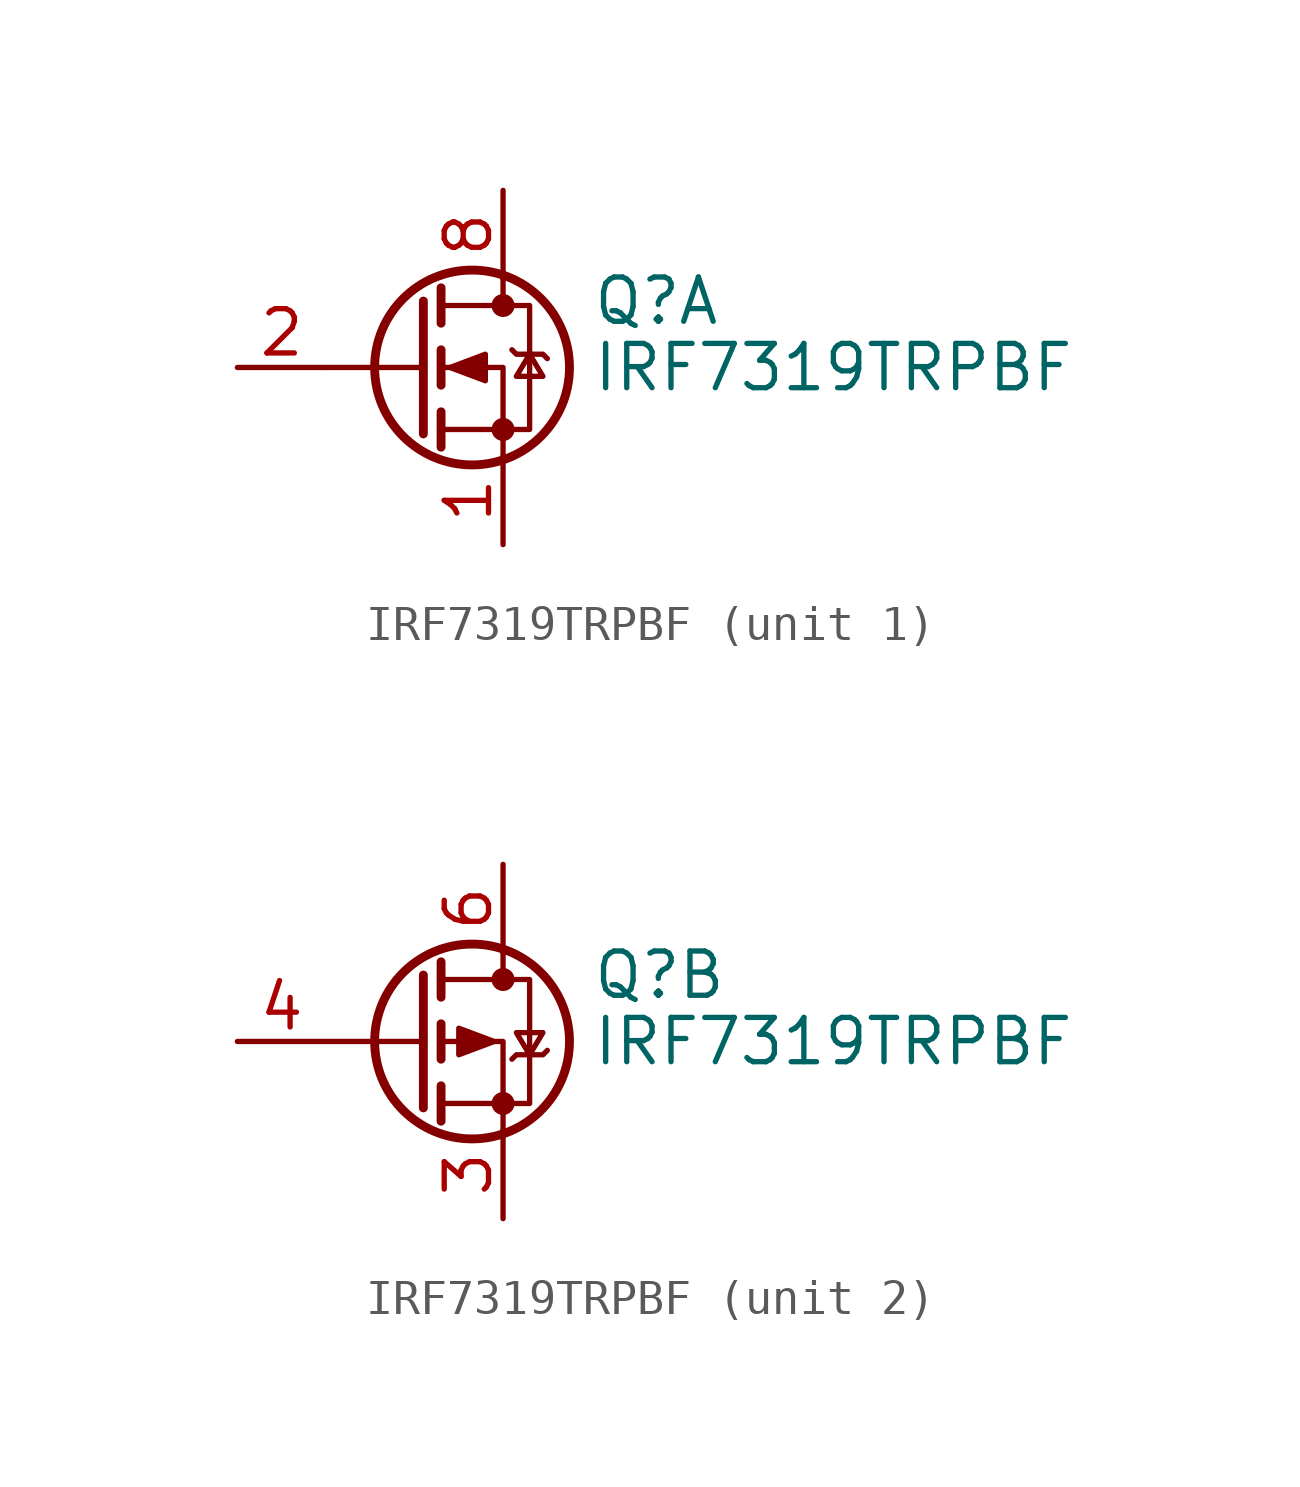
<source format=kicad_sym>
(kicad_symbol_lib
  (version 20211014)
  (generator kicad_symbol_editor)
  (symbol "IRF7319TRPBF"
    (pin_names hide)
    (property "Reference" "Q"
      (at 5.08 1.905 0)
      (effects (font (size 1.27 1.27)) (justify left)))
    (property "Value" "IRF7319TRPBF"
      (at 5.08 0 0)
      (effects (font (size 1.27 1.27)) (justify left)))
    (symbol "IRF7319TRPBF_0_1"
      (polyline (pts (xy 0.254 0) (xy -2.54 0)) (stroke (width 0) (type default) (color 0 0 0 0)) (fill (type none)))
      (polyline (pts (xy 0.254 1.905) (xy 0.254 -1.905)) (stroke (width 0.254) (type default) (color 0 0 0 0)) (fill (type none)))
      (polyline (pts (xy 0.762 -1.27) (xy 0.762 -2.286)) (stroke (width 0.254) (type default) (color 0 0 0 0)) (fill (type none)))
      (polyline (pts (xy 0.762 0.508) (xy 0.762 -0.508)) (stroke (width 0.254) (type default) (color 0 0 0 0)) (fill (type none)))
      (polyline (pts (xy 0.762 2.286) (xy 0.762 1.27)) (stroke (width 0.254) (type default) (color 0 0 0 0)) (fill (type none)))
      (polyline (pts (xy 2.54 2.54) (xy 2.54 1.778)) (stroke (width 0) (type default) (color 0 0 0 0)) (fill (type none)))
      (polyline (pts (xy 2.54 -2.54) (xy 2.54 0) (xy 0.762 0)) (stroke (width 0) (type default) (color 0 0 0 0)) (fill (type none)))
      (polyline (pts (xy 0.762 -1.778) (xy 3.302 -1.778) (xy 3.302 1.778) (xy 0.762 1.778)) (stroke (width 0) (type default) (color 0 0 0 0)) (fill (type none)))
      (circle (center 1.651 0) (radius 2.794) (stroke (width 0.254) (type default) (color 0 0 0 0)) (fill (type none)))
      (circle (center 2.54 -1.778) (radius 0.254) (stroke (width 0) (type default) (color 0 0 0 0)) (fill (type outline)))
      (circle (center 2.54 1.778) (radius 0.254) (stroke (width 0) (type default) (color 0 0 0 0)) (fill (type outline))))
    (symbol "IRF7319TRPBF_1_1"
      (polyline (pts (xy 1.016 0) (xy 2.032 0.381) (xy 2.032 -0.381) (xy 1.016 0)) (stroke (width 0) (type default) (color 0 0 0 0)) (fill (type outline)))
      (polyline (pts (xy 2.794 0.508) (xy 2.921 0.381) (xy 3.683 0.381) (xy 3.81 0.254)) (stroke (width 0) (type default) (color 0 0 0 0)) (fill (type none)))
      (polyline (pts (xy 3.302 0.381) (xy 2.921 -0.254) (xy 3.683 -0.254) (xy 3.302 0.381)) (stroke (width 0) (type default) (color 0 0 0 0)) (fill (type none)))
      (pin passive line (at 2.54 -5.08 90) (length 2.54) (name "S" (effects (font (size 1.27 1.27)))) (number "1" (effects (font (size 1.27 1.27)))))
      (pin input line (at -5.08 0 0) (length 2.54) (name "G" (effects (font (size 1.27 1.27)))) (number "2" (effects (font (size 1.27 1.27)))))
      (pin passive line (at 2.54 5.08 270) (length 2.54) hide (name "D" (effects (font (size 1.27 1.27)))) (number "7" (effects (font (size 1.27 1.27)))))
      (pin passive line (at 2.54 5.08 270) (length 2.54) (name "D" (effects (font (size 1.27 1.27)))) (number "8" (effects (font (size 1.27 1.27))))))
    (symbol "IRF7319TRPBF_2_1"
      (polyline (pts (xy 2.286 0) (xy 1.27 0.381) (xy 1.27 -0.381) (xy 2.286 0)) (stroke (width 0) (type default) (color 0 0 0 0)) (fill (type outline)))
      (polyline (pts (xy 2.794 -0.508) (xy 2.921 -0.381) (xy 3.683 -0.381) (xy 3.81 -0.254)) (stroke (width 0) (type default) (color 0 0 0 0)) (fill (type none)))
      (polyline (pts (xy 3.302 -0.381) (xy 2.921 0.254) (xy 3.683 0.254) (xy 3.302 -0.381)) (stroke (width 0) (type default) (color 0 0 0 0)) (fill (type none)))
      (pin passive line (at 2.54 -5.08 90) (length 2.54) (name "1" (effects (font (size 1.27 1.27)))) (number "3" (effects (font (size 1.27 1.27)))))
      (pin input line (at -5.08 0 0) (length 2.54) (name "G" (effects (font (size 1.27 1.27)))) (number "4" (effects (font (size 1.27 1.27)))))
      (pin passive line (at 2.54 5.08 270) (length 2.54) hide (name "D" (effects (font (size 1.27 1.27)))) (number "5" (effects (font (size 1.27 1.27)))))
      (pin passive line (at 2.54 5.08 270) (length 2.54) (name "D" (effects (font (size 1.27 1.27)))) (number "6" (effects (font (size 1.27 1.27))))))))
</source>
